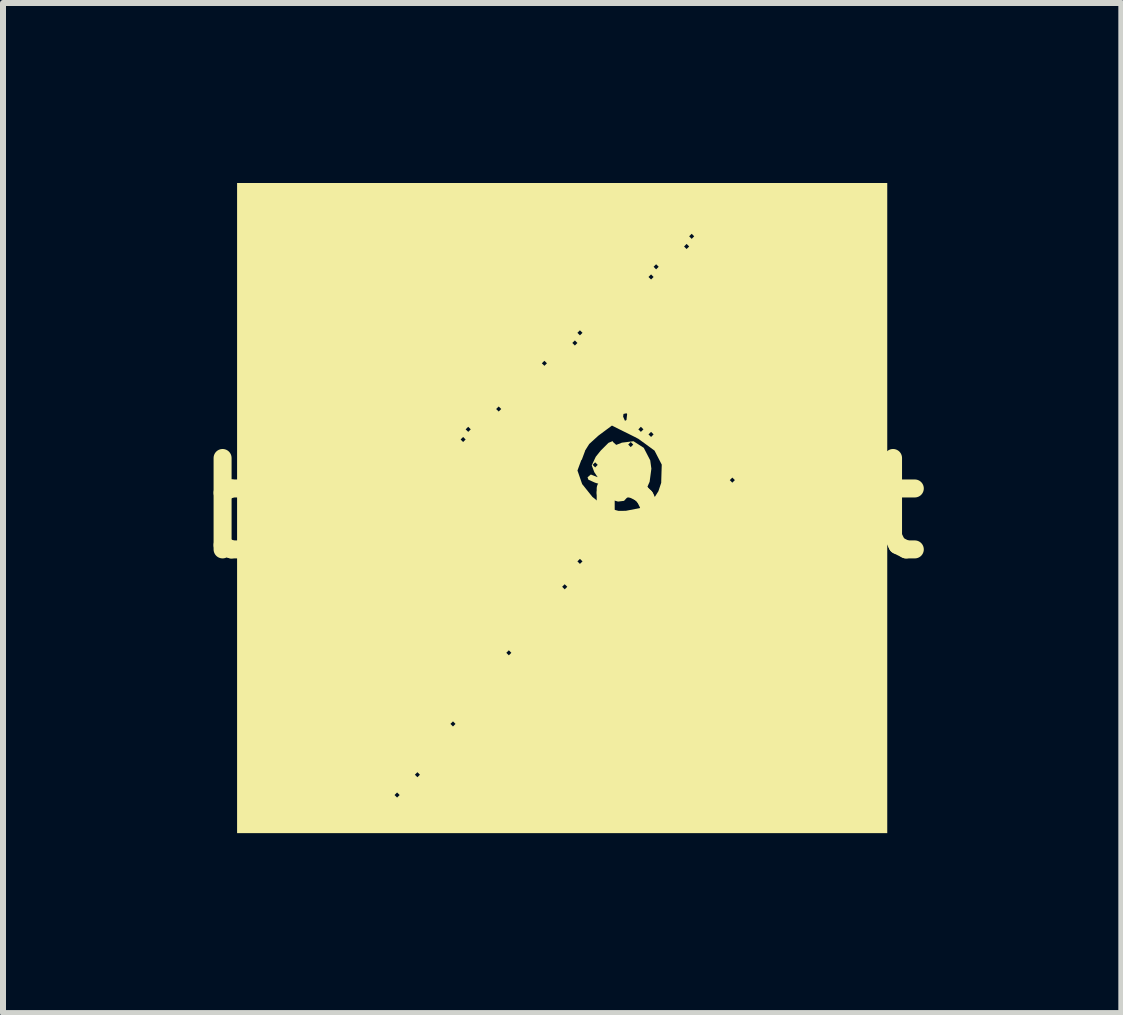
<source format=kicad_pcb>
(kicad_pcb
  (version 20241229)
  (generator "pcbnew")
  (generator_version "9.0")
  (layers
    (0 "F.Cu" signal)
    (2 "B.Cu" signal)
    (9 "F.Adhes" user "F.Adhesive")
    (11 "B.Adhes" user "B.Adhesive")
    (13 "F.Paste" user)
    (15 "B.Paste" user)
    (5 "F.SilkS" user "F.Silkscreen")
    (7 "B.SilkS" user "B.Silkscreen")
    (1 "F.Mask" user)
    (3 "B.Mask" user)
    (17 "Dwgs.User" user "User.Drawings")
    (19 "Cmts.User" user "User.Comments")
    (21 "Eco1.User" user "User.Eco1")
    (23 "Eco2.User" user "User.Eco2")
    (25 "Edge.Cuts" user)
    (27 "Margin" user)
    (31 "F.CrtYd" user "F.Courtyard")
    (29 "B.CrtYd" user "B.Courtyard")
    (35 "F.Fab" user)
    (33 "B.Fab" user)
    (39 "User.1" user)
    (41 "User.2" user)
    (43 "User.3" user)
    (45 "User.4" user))
  (footprint "bitmaptest"
    (layer "F.Cu")
    (at 6.321 5.419)
    (property "Reference" "bitmaptest" (at 0 0 0) (layer "F.SilkS") (effects (font (size 1.524 1.524) (thickness 0.3))))
    (attr board_only exclude_from_pos_files exclude_from_bom)
    (fp_poly (pts (xy 0.847 -1.102) (xy 0.901 -1.053) (xy 0.914 -1.058) (xy 1.101 -1.058) (xy 1.143 -1.016) (xy 1.185 -1.058) (xy 1.143 -1.101) (xy 1.101 -1.058) (xy 0.914 -1.058) (xy 0.996 -1.09) (xy 1.189 -1.114) (xy 1.36 -1.004) (xy 1.468 -0.795) (xy 1.487 -0.656) (xy 1.458 -0.439) (xy 1.379 -0.259) (xy 1.279 -0.157) (xy 1.185 -0.172) (xy 1.169 -0.192) (xy 1.113 -0.25) (xy 1.102 -0.196) (xy 1.031 -0.12) (xy 0.931 -0.108) (xy 0.793 -0.148) (xy 0.762 -0.192) (xy 0.707 -0.223) (xy 0.663 -0.203) (xy 0.599 -0.199) (xy 0.618 -0.282) (xy 0.616 -0.402) (xy 0.548 -0.423) (xy 0.437 -0.473) (xy 0.423 -0.513) (xy 0.478 -0.559) (xy 0.529 -0.539) (xy 0.592 -0.514) (xy 0.536 -0.598) (xy 0.493 -0.711) (xy 0.497 -0.72) (xy 0.508 -0.72) (xy 0.55 -0.677) (xy 0.593 -0.72) (xy 0.55 -0.762) (xy 0.508 -0.72) (xy 0.497 -0.72) (xy 0.56 -0.855) (xy 0.642 -0.957) (xy 0.772 -1.087) (xy 0.842 -1.116)) (stroke (width 0) (type solid)) (fill yes) (layer "F.SilkS"))
    (fp_poly (pts (xy 5.419 5.419) (xy -5.419 5.419) (xy -5.419 4.784) (xy -2.794 4.784) (xy -2.752 4.826) (xy -2.709 4.784) (xy -2.752 4.741) (xy -2.794 4.784) (xy -5.419 4.784) (xy -5.419 4.445) (xy -2.455 4.445) (xy -2.413 4.487) (xy -2.371 4.445) (xy -2.413 4.403) (xy -2.455 4.445) (xy -5.419 4.445) (xy -5.419 3.598) (xy -1.863 3.598) (xy -1.82 3.641) (xy -1.778 3.598) (xy -1.82 3.556) (xy -1.863 3.598) (xy -5.419 3.598) (xy -5.419 2.413) (xy -0.931 2.413) (xy -0.889 2.455) (xy -0.847 2.413) (xy -0.889 2.371) (xy -0.931 2.413) (xy -5.419 2.413) (xy -5.419 1.312) (xy 0 1.312) (xy 0.042 1.355) (xy 0.085 1.312) (xy 0.042 1.27) (xy 0 1.312) (xy -5.419 1.312) (xy -5.419 0.889) (xy 0.254 0.889) (xy 0.296 0.931) (xy 0.339 0.889) (xy 0.296 0.847) (xy 0.254 0.889) (xy -5.419 0.889) (xy -5.419 -0.626) (xy 0.255 -0.626) (xy 0.333 -0.4) (xy 0.505 -0.185) (xy 0.721 -0.012) (xy 0.938 0.047) (xy 1.061 0.046) (xy 1.301 -0.001) (xy 1.478 -0.088) (xy 1.489 -0.098) (xy 1.604 -0.28) (xy 1.651 -0.421) (xy 1.652 -0.466) (xy 2.794 -0.466) (xy 2.836 -0.423) (xy 2.879 -0.466) (xy 2.836 -0.508) (xy 2.794 -0.466) (xy 1.652 -0.466) (xy 1.66 -0.724) (xy 1.575 -0.889) (xy 2.032 -0.889) (xy 2.074 -0.847) (xy 2.117 -0.889) (xy 2.074 -0.931) (xy 2.032 -0.889) (xy 1.575 -0.889) (xy 1.54 -0.957) (xy 1.272 -1.153) (xy 1.213 -1.184) (xy 1.125 -1.228) (xy 1.439 -1.228) (xy 1.482 -1.185) (xy 1.524 -1.228) (xy 1.482 -1.27) (xy 1.439 -1.228) (xy 1.125 -1.228) (xy 0.955 -1.312) (xy 1.27 -1.312) (xy 1.312 -1.27) (xy 1.355 -1.312) (xy 1.312 -1.355) (xy 1.27 -1.312) (xy 0.955 -1.312) (xy 0.83 -1.375) (xy 0.605 -1.208) (xy 0.451 -1.068) (xy 0.381 -0.956) (xy 0.381 -0.95) (xy 0.328 -0.808) (xy 0.318 -0.797) (xy 0.255 -0.626) (xy -5.419 -0.626) (xy -5.419 -1.143) (xy -1.693 -1.143) (xy -1.651 -1.101) (xy -1.609 -1.143) (xy -1.651 -1.185) (xy -1.693 -1.143) (xy -5.419 -1.143) (xy -5.419 -1.312) (xy -1.609 -1.312) (xy -1.566 -1.27) (xy -1.524 -1.312) (xy -1.566 -1.355) (xy -1.609 -1.312) (xy -5.419 -1.312) (xy -5.419 -1.524) (xy 1.016 -1.524) (xy 1.047 -1.454) (xy 1.072 -1.468) (xy 1.083 -1.568) (xy 1.072 -1.58) (xy 1.022 -1.569) (xy 1.016 -1.524) (xy -5.419 -1.524) (xy -5.419 -1.651) (xy -1.101 -1.651) (xy -1.058 -1.609) (xy -1.016 -1.651) (xy -1.058 -1.693) (xy -1.101 -1.651) (xy -5.419 -1.651) (xy -5.419 -2.413) (xy -0.339 -2.413) (xy -0.296 -2.371) (xy -0.254 -2.413) (xy -0.296 -2.455) (xy -0.339 -2.413) (xy -5.419 -2.413) (xy -5.419 -2.752) (xy 0.169 -2.752) (xy 0.212 -2.709) (xy 0.254 -2.752) (xy 0.212 -2.794) (xy 0.169 -2.752) (xy -5.419 -2.752) (xy -5.419 -2.921) (xy 0.254 -2.921) (xy 0.296 -2.879) (xy 0.339 -2.921) (xy 0.296 -2.963) (xy 0.254 -2.921) (xy -5.419 -2.921) (xy -5.419 -3.852) (xy 1.439 -3.852) (xy 1.482 -3.81) (xy 1.524 -3.852) (xy 1.482 -3.895) (xy 1.439 -3.852) (xy -5.419 -3.852) (xy -5.419 -4.022) (xy 1.524 -4.022) (xy 1.566 -3.979) (xy 1.609 -4.022) (xy 1.566 -4.064) (xy 1.524 -4.022) (xy -5.419 -4.022) (xy -5.419 -4.36) (xy 2.032 -4.36) (xy 2.074 -4.318) (xy 2.117 -4.36) (xy 2.074 -4.403) (xy 2.032 -4.36) (xy -5.419 -4.36) (xy -5.419 -4.53) (xy 2.117 -4.53) (xy 2.159 -4.487) (xy 2.201 -4.53) (xy 2.159 -4.572) (xy 2.117 -4.53) (xy -5.419 -4.53) (xy -5.419 -5.419) (xy 5.419 -5.419)) (stroke (width 0) (type solid)) (fill yes) (layer "F.SilkS")))
  (gr_rect
    (start -3 -3)
    (end 15.642 13.837)
    (stroke (width 0.1) (type default))
    (fill no)
    (layer "Edge.Cuts")))
</source>
